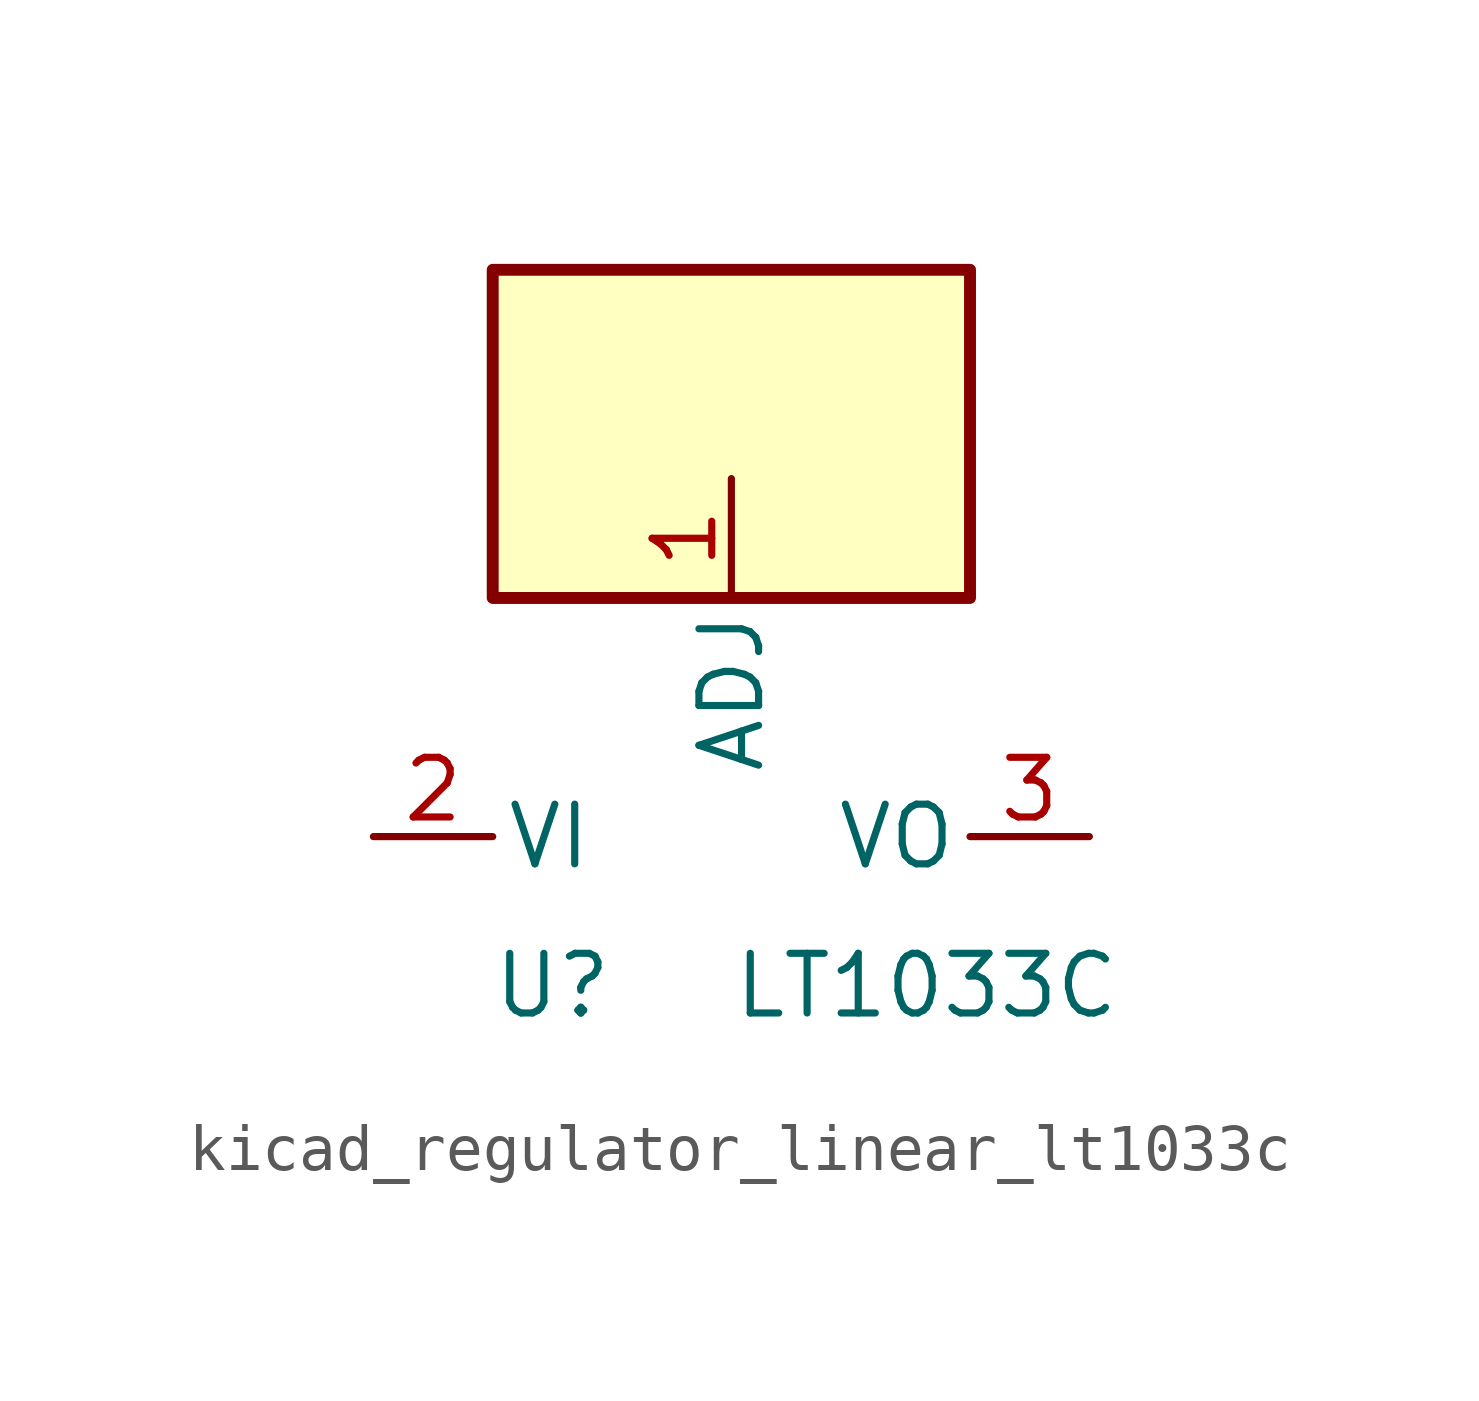
<source format=kicad_sym>
(kicad_symbol_lib
  (version 20220914)
  (generator kicad_symbol_editor)
  (symbol "kicad_regulator_linear_lt1033c"
    (pin_names
      (offset 0.254))
    (property "Reference" "U"
      (at -3.81 -3.175 0)
      (effects (font (size 1.27 1.27))))
    (property "Value" "LT1033C"
      (at 0 -3.175 0)
      (effects (font (size 1.27 1.27)) (justify left)))
    (symbol "kicad_regulator_linear_lt1033c_0_1"
      (rectangle (start 5.08 12.065) (end -5.08 5.08) (stroke (width 0.254) (type default)) (fill (type background))))
    (symbol "kicad_regulator_linear_lt1033c_1_1"
      (pin input line (at 0 7.62 270) (length 2.54) (name "ADJ" (effects (font (size 1.27 1.27)))) (number "1" (effects (font (size 1.27 1.27)))))
      (pin power_in line (at -7.62 0 0) (length 2.54) (name "VI" (effects (font (size 1.27 1.27)))) (number "2" (effects (font (size 1.27 1.27)))))
      (pin power_out line (at 7.62 0 180) (length 2.54) (name "VO" (effects (font (size 1.27 1.27)))) (number "3" (effects (font (size 1.27 1.27))))))))
</source>
